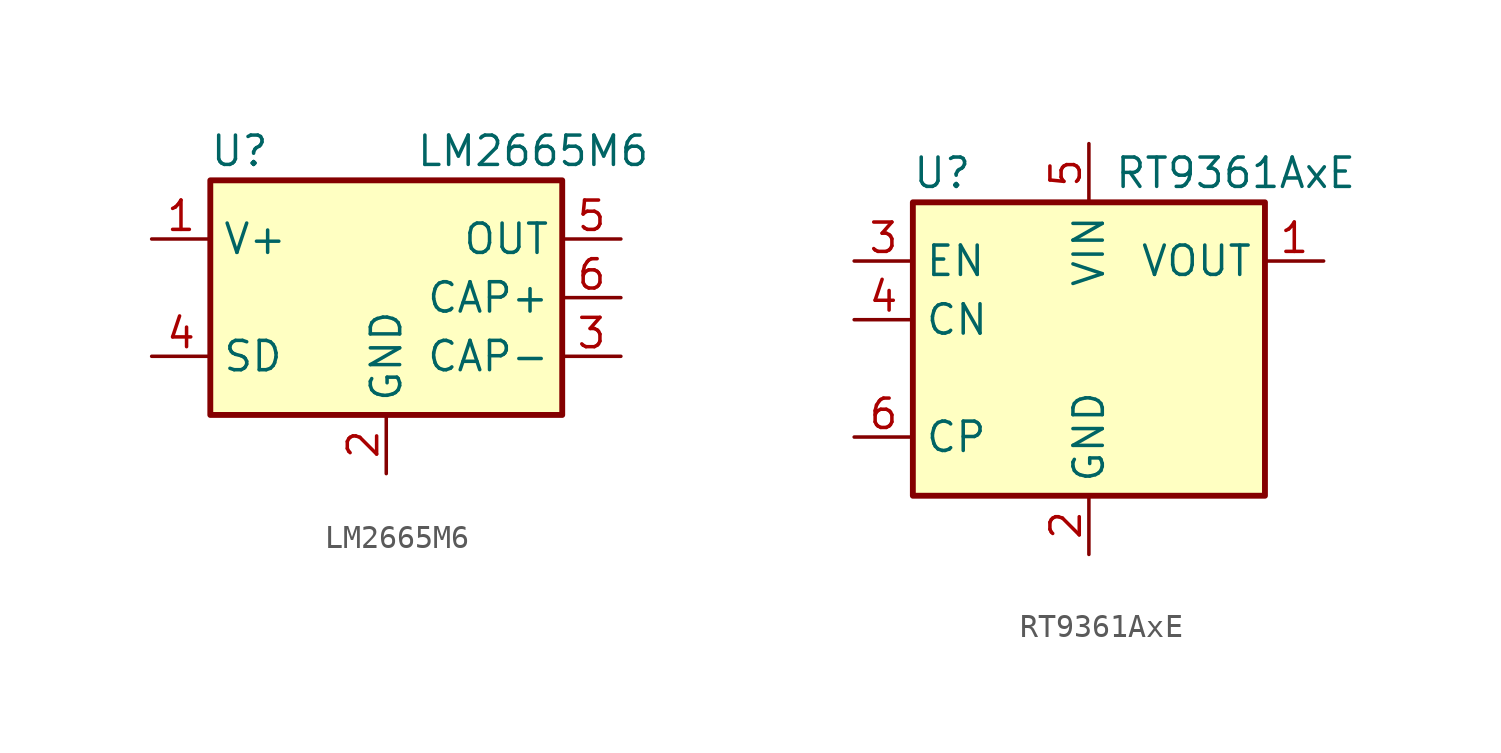
<source format=kicad_sym>
(kicad_symbol_lib
  (version 20201005)
  (generator kicad_symbol_editor)
  (symbol "LM2665M6"
    (property "Reference" "U"
      (at -6.35 6.35 0)
      (effects (font (size 1.27 1.27))))
    (property "Value" "LM2665M6"
      (at 1.27 6.35 0)
      (effects (font (size 1.27 1.27)) (justify left)))
    (symbol "LM2665M6_0_1"
      (rectangle (start -7.62 5.08) (end 7.62 -5.08) (stroke (width 0.254)) (fill (type background))))
    (symbol "LM2665M6_1_1"
      (pin passive line (at -10.16 2.54 0) (length 2.54) (name "V+" (effects (font (size 1.27 1.27)))) (number "1" (effects (font (size 1.27 1.27)))))
      (pin power_in line (at 0 -7.62 90) (length 2.54) (name "GND" (effects (font (size 1.27 1.27)))) (number "2" (effects (font (size 1.27 1.27)))))
      (pin passive line (at 10.16 -2.54 180) (length 2.54) (name "CAP-" (effects (font (size 1.27 1.27)))) (number "3" (effects (font (size 1.27 1.27)))))
      (pin input line (at -10.16 -2.54 0) (length 2.54) (name "SD" (effects (font (size 1.27 1.27)))) (number "4" (effects (font (size 1.27 1.27)))))
      (pin passive line (at 10.16 2.54 180) (length 2.54) (name "OUT" (effects (font (size 1.27 1.27)))) (number "5" (effects (font (size 1.27 1.27)))))
      (pin passive line (at 10.16 0 180) (length 2.54) (name "CAP+" (effects (font (size 1.27 1.27)))) (number "6" (effects (font (size 1.27 1.27)))))))
  (symbol "RT9361AxE"
    (property "Reference" "U"
      (at -6.35 6.35 0)
      (effects (font (size 1.27 1.27))))
    (property "Value" "RT9361AxE"
      (at 6.35 6.35 0)
      (effects (font (size 1.27 1.27))))
    (symbol "RT9361AxE_1_1"
      (rectangle (start -7.62 5.08) (end 7.62 -7.62) (stroke (width 0.254)) (fill (type background)))
      (pin power_out line (at 10.16 2.54 180) (length 2.54) (name "VOUT" (effects (font (size 1.27 1.27)))) (number "1" (effects (font (size 1.27 1.27)))))
      (pin power_in line (at 0 -10.16 90) (length 2.54) (name "GND" (effects (font (size 1.27 1.27)))) (number "2" (effects (font (size 1.27 1.27)))))
      (pin input line (at -10.16 2.54 0) (length 2.54) (name "EN" (effects (font (size 1.27 1.27)))) (number "3" (effects (font (size 1.27 1.27)))))
      (pin passive line (at -10.16 0 0) (length 2.54) (name "CN" (effects (font (size 1.27 1.27)))) (number "4" (effects (font (size 1.27 1.27)))))
      (pin power_in line (at 0 7.62 270) (length 2.54) (name "VIN" (effects (font (size 1.27 1.27)))) (number "5" (effects (font (size 1.27 1.27)))))
      (pin passive line (at -10.16 -5.08 0) (length 2.54) (name "CP" (effects (font (size 1.27 1.27)))) (number "6" (effects (font (size 1.27 1.27))))))))
</source>
